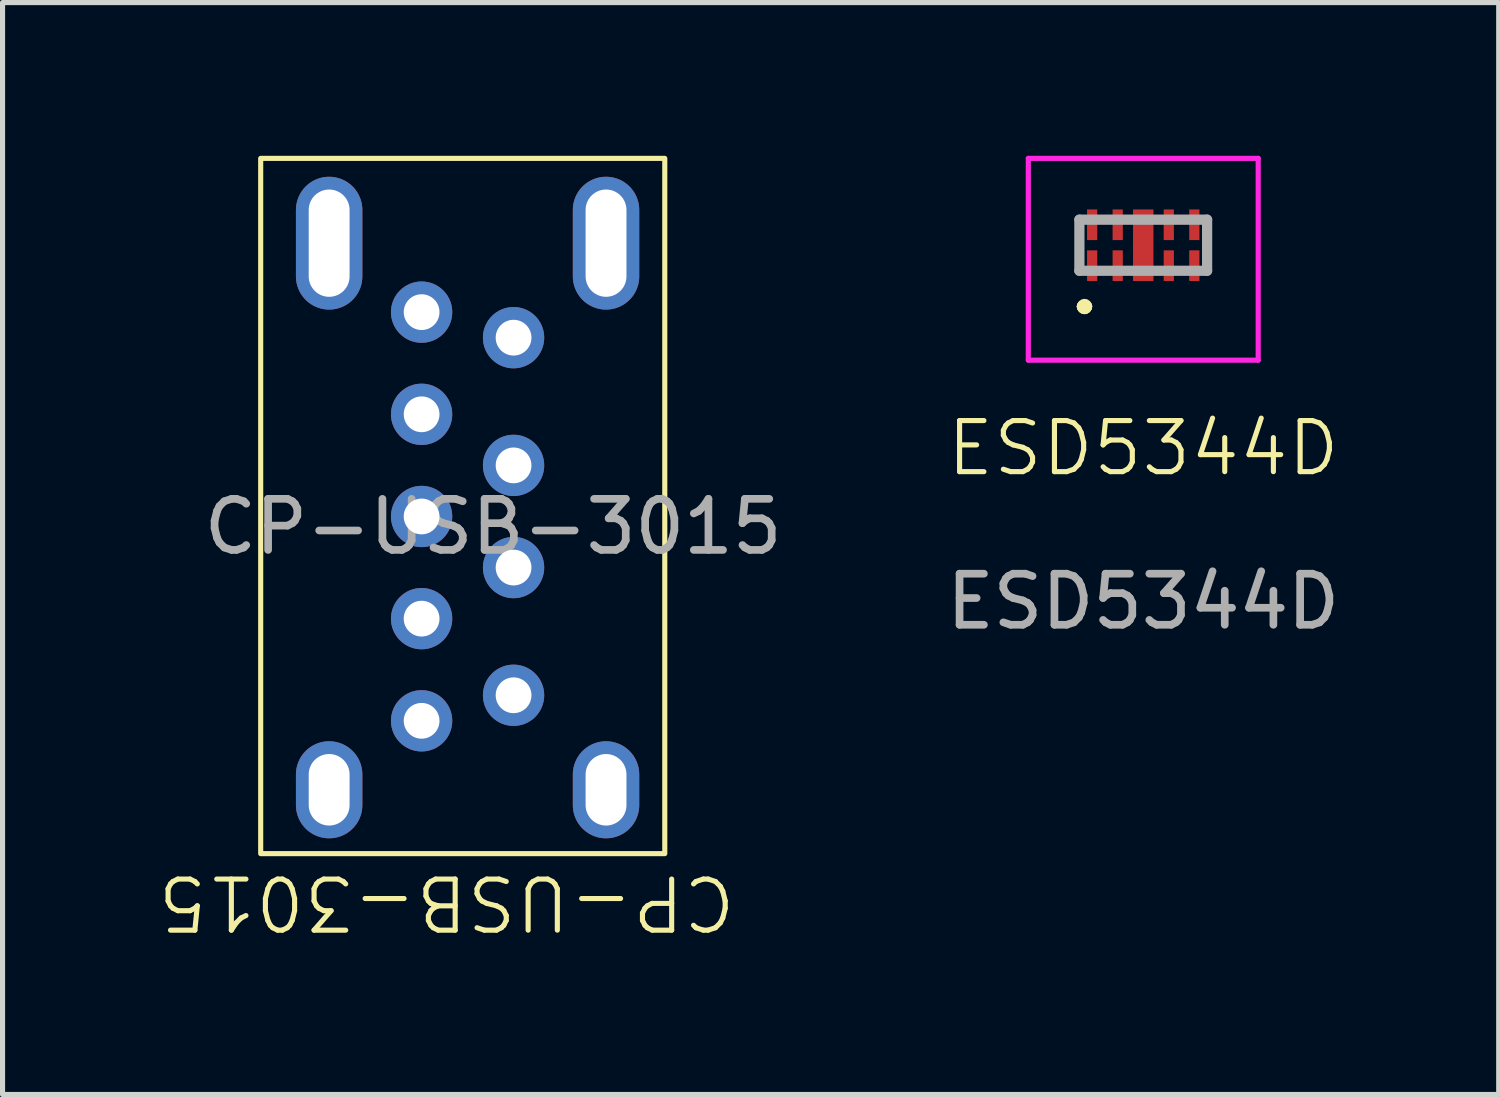
<source format=kicad_pcb>
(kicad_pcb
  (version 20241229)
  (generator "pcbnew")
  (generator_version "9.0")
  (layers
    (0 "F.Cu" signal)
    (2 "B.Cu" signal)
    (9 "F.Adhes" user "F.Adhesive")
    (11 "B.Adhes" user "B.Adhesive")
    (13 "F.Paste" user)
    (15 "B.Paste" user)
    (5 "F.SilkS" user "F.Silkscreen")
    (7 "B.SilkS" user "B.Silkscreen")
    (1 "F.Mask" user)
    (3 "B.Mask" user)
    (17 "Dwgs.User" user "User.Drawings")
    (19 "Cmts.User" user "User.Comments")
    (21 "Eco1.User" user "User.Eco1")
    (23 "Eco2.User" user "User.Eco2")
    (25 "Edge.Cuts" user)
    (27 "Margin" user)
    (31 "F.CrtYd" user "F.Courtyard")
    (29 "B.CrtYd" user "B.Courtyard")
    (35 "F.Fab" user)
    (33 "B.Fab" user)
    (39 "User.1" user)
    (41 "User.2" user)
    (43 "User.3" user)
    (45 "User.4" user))
  (footprint "ESD5344D"
    (layer "F.Cu")
    (at 19.329 6.225)
    (property "Reference" "ESD5344D" (at 0 -0.5 0) (unlocked yes) (layer "F.SilkS") (effects (font (size 1 1) (thickness 0.1))))
    (attr smd)
    (fp_line (start -1.2 -3.275) (end -1.2 -3.275) (stroke (width 0.2) (type solid)) (layer "F.SilkS"))
    (fp_line (start -1.2 -3.275) (end -1.2 -3.275) (stroke (width 0.2) (type solid)) (layer "F.SilkS"))
    (fp_line (start -1.1 -3.275) (end -1.1 -3.275) (stroke (width 0.2) (type solid)) (layer "F.SilkS"))
    (fp_arc (start -1.2 -3.275) (mid -1.15 -3.325) (end -1.1 -3.275) (stroke (width 0.2) (type solid)) (layer "F.SilkS"))
    (fp_arc (start -1.1 -3.275) (mid -1.15 -3.225) (end -1.2 -3.275) (stroke (width 0.2) (type solid)) (layer "F.SilkS"))
    (fp_arc (start -1.1 -3.275) (mid -1.15 -3.225) (end -1.2 -3.275) (stroke (width 0.2) (type solid)) (layer "F.SilkS"))
    (fp_line (start -2.25 -6.175) (end 2.25 -6.175) (stroke (width 0.1) (type solid)) (layer "F.CrtYd"))
    (fp_line (start -2.25 -2.225) (end -2.25 -6.175) (stroke (width 0.1) (type solid)) (layer "F.CrtYd"))
    (fp_line (start 2.25 -6.175) (end 2.25 -2.225) (stroke (width 0.1) (type solid)) (layer "F.CrtYd"))
    (fp_line (start 2.25 -2.225) (end -2.25 -2.225) (stroke (width 0.1) (type solid)) (layer "F.CrtYd"))
    (fp_line (start -1.25 -4.975) (end -1.25 -3.975) (stroke (width 0.2) (type solid)) (layer "F.Fab"))
    (fp_line (start -1.25 -3.975) (end 1.25 -3.975) (stroke (width 0.2) (type solid)) (layer "F.Fab"))
    (fp_line (start 1.25 -4.975) (end -1.25 -4.975) (stroke (width 0.2) (type solid)) (layer "F.Fab"))
    (fp_line (start 1.25 -3.975) (end 1.25 -4.975) (stroke (width 0.2) (type solid)) (layer "F.Fab"))
    (fp_text user "${REFERENCE}" (at 0 2.5 0) (unlocked yes) (layer "F.Fab") (effects (font (size 1 1) (thickness 0.15))))
    (pad "1" smd rect (at -1 -4.075) (size 0.2 0.6) (layers "F.Cu" "F.Mask" "F.Paste"))
    (pad "2" smd rect (at -0.5 -4.075) (size 0.2 0.6) (layers "F.Cu" "F.Mask" "F.Paste"))
    (pad "3" smd rect (at 0 -4.475) (size 0.4 1.4) (layers "F.Cu" "F.Mask" "F.Paste"))
    (pad "4" smd rect (at 0.5 -4.075) (size 0.2 0.6) (layers "F.Cu" "F.Mask" "F.Paste"))
    (pad "5" smd rect (at 1 -4.075) (size 0.2 0.6) (layers "F.Cu" "F.Mask" "F.Paste"))
    (pad "6" smd rect (at 1 -4.875) (size 0.2 0.6) (layers "F.Cu" "F.Mask" "F.Paste"))
    (pad "7" smd rect (at 0.5 -4.875) (size 0.2 0.6) (layers "F.Cu" "F.Mask" "F.Paste"))
    (pad "9" smd rect (at -0.5 -4.875) (size 0.2 0.6) (layers "F.Cu" "F.Mask" "F.Paste"))
    (pad "10" smd rect (at -1 -4.875) (size 0.2 0.6) (layers "F.Cu" "F.Mask" "F.Paste")))
  (footprint "CP-USB-3015"
    (layer "F.Cu")
    (at 6.103 7.06)
    (property "Reference" "CP-USB-3015" (at -0.41 7.555 180) (unlocked yes) (layer "F.SilkS") (effects (font (size 1 1) (thickness 0.1))))
    (attr through_hole)
    (fp_rect (start -4.05 -7.01) (end 3.86 6.6) (stroke (width 0.1) (type default)) (fill no) (layer "F.SilkS"))
    (fp_text user "${REFERENCE}" (at 0.5 0.2 0) (layer "F.Fab") (effects (font (size 1 1) (thickness 0.15))))
    (pad "1" thru_hole circle (at 0.9 3.5 90) (size 1.2 1.2) (drill 0.7) (layers "*.Cu" "*.Mask"))
    (pad "2" thru_hole circle (at 0.9 1 90) (size 1.2 1.2) (drill 0.7) (layers "*.Cu" "*.Mask"))
    (pad "3" thru_hole circle (at 0.9 -1 90) (size 1.2 1.2) (drill 0.7) (layers "*.Cu" "*.Mask"))
    (pad "4" thru_hole circle (at 0.9 -3.5 90) (size 1.2 1.2) (drill 0.7) (layers "*.Cu" "*.Mask"))
    (pad "5" thru_hole circle (at -0.9 -4 90) (size 1.2 1.2) (drill 0.7) (layers "*.Cu" "*.Mask"))
    (pad "6" thru_hole circle (at -0.9 -2 90) (size 1.2 1.2) (drill 0.7) (layers "*.Cu" "*.Mask"))
    (pad "7" thru_hole circle (at -0.9 0 90) (size 1.2 1.2) (drill 0.7) (layers "*.Cu" "*.Mask"))
    (pad "8" thru_hole circle (at -0.9 2 90) (size 1.2 1.2) (drill 0.7) (layers "*.Cu" "*.Mask"))
    (pad "9" thru_hole circle (at -0.9 4 90) (size 1.2 1.2) (drill 0.7) (layers "*.Cu" "*.Mask"))
    (pad "10" thru_hole oval (at -2.71 -5.35) (size 1.3 2.6) (drill oval 0.8 2.1) (layers "*.Cu" "*.Mask"))
    (pad "10" thru_hole oval (at -2.71 5.35) (size 1.3 1.9) (drill oval 0.8 1.4) (layers "*.Cu" "*.Mask"))
    (pad "10" thru_hole oval (at 2.71 -5.35) (size 1.3 2.6) (drill oval 0.8 2.1) (layers "*.Cu" "*.Mask"))
    (pad "10" thru_hole oval (at 2.71 5.35) (size 1.3 1.9) (drill oval 0.8 1.4) (layers "*.Cu" "*.Mask")))
  (gr_rect
    (start -3 -3)
    (end 26.287 18.375)
    (stroke (width 0.1) (type default))
    (fill no)
    (layer "Edge.Cuts")))
</source>
